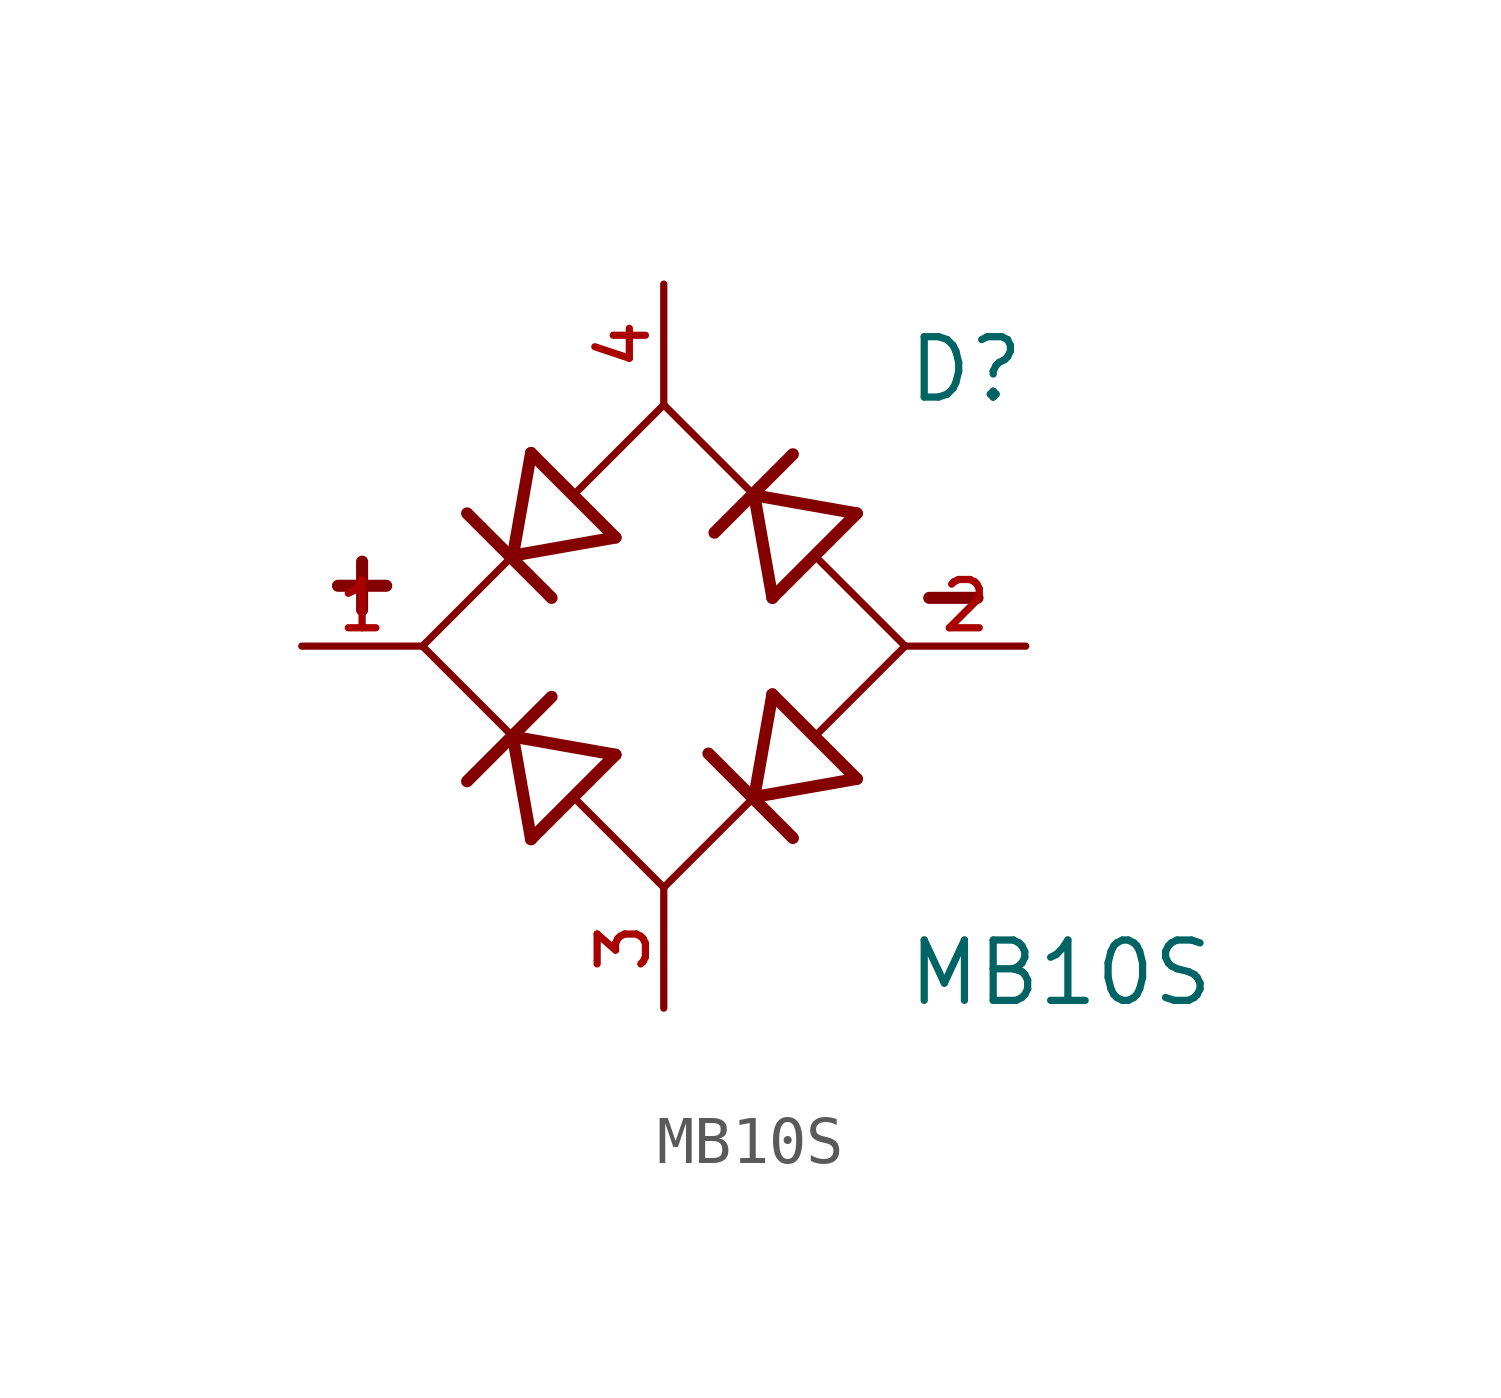
<source format=kicad_sym>
(kicad_symbol_lib
  (version 20211014)
  (generator kicad_symbol_editor)
  (symbol "MB10S"
    (pin_names
      (offset 1.016))
    (property "Reference" "D"
      (at 5.08 5.08 0)
      (effects (font (size 1.27 1.27)) (justify bottom left)))
    (property "Value" "MB10S"
      (at 5.08 -7.62 0)
      (effects (font (size 1.27 1.27)) (justify bottom left)))
    (symbol "MB10S_0_0"
      (polyline (pts (xy 1.905 -3.175) (xy 4.064 -2.794)) (stroke (width 0.254)))
      (polyline (pts (xy 1.905 -3.175) (xy 2.286 -1.016)) (stroke (width 0.254)))
      (polyline (pts (xy 2.718 -4.039) (xy 0.94 -2.261)) (stroke (width 0.254)))
      (polyline (pts (xy 1.905 3.175) (xy 4.064 2.794)) (stroke (width 0.254)))
      (polyline (pts (xy 1.905 3.175) (xy 2.286 1.016)) (stroke (width 0.254)))
      (polyline (pts (xy 2.718 4.039) (xy 1.067 2.388)) (stroke (width 0.254)))
      (polyline (pts (xy -3.175 1.905) (xy -2.794 4.064)) (stroke (width 0.254)))
      (polyline (pts (xy -3.175 1.905) (xy -1.016 2.286)) (stroke (width 0.254)))
      (polyline (pts (xy -2.362 1.016) (xy -4.14 2.794)) (stroke (width 0.254)))
      (polyline (pts (xy -3.175 -1.905) (xy -2.794 -4.064)) (stroke (width 0.254)))
      (polyline (pts (xy -3.175 -1.905) (xy -1.016 -2.286)) (stroke (width 0.254)))
      (polyline (pts (xy -2.362 -1.067) (xy -4.14 -2.845)) (stroke (width 0.254)))
      (polyline (pts (xy -5.08 0.0) (xy -3.175 -1.905)) (stroke (width 0.152)))
      (polyline (pts (xy 0.0 -5.08) (xy 1.905 -3.175)) (stroke (width 0.152)))
      (polyline (pts (xy 3.277 -1.803) (xy 5.08 0.0)) (stroke (width 0.152)))
      (polyline (pts (xy 4.064 -2.794) (xy 2.286 -1.016)) (stroke (width 0.254)))
      (polyline (pts (xy 5.08 0.0) (xy 3.277 1.803)) (stroke (width 0.152)))
      (polyline (pts (xy 4.064 2.794) (xy 2.286 1.016)) (stroke (width 0.254)))
      (polyline (pts (xy 1.905 3.175) (xy 0.0 5.08)) (stroke (width 0.152)))
      (polyline (pts (xy 0.0 5.08) (xy -1.803 3.277)) (stroke (width 0.152)))
      (polyline (pts (xy -1.016 2.286) (xy -2.794 4.064)) (stroke (width 0.254)))
      (polyline (pts (xy -3.175 1.905) (xy -5.08 0.0)) (stroke (width 0.152)))
      (polyline (pts (xy 0.0 -5.08) (xy -1.803 -3.277)) (stroke (width 0.152)))
      (polyline (pts (xy -1.016 -2.286) (xy -2.794 -4.064)) (stroke (width 0.254)))
      (polyline (pts (xy 5.588 1.016) (xy 6.604 1.016)) (stroke (width 0.254)))
      (polyline (pts (xy -6.858 1.27) (xy -5.842 1.27)) (stroke (width 0.254)))
      (polyline (pts (xy -6.35 0.762) (xy -6.35 1.778)) (stroke (width 0.254)))
      (pin passive line (at 0.0 7.62 270.0) (length 2.54) (name "~" (effects (font (size 1.016 1.016)))) (number "4" (effects (font (size 1.016 1.016)))))
      (pin passive line (at -7.62 0.0 0) (length 2.54) (name "~" (effects (font (size 1.016 1.016)))) (number "1" (effects (font (size 1.016 1.016)))))
      (pin passive line (at 0.0 -7.62 90.0) (length 2.54) (name "~" (effects (font (size 1.016 1.016)))) (number "3" (effects (font (size 1.016 1.016)))))
      (pin passive line (at 7.62 0.0 180.0) (length 2.54) (name "~" (effects (font (size 1.016 1.016)))) (number "2" (effects (font (size 1.016 1.016))))))))
</source>
